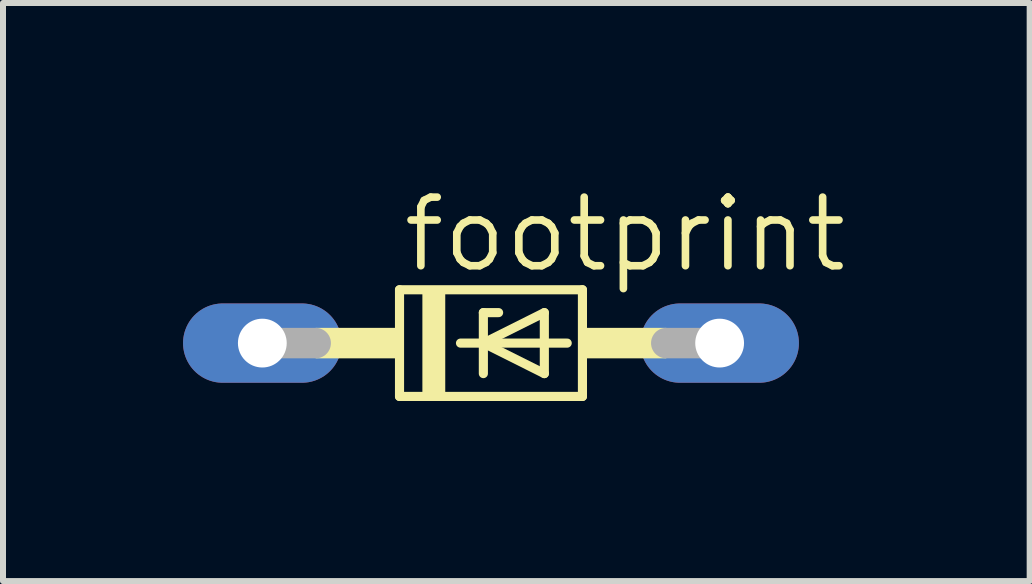
<source format=kicad_pcb>
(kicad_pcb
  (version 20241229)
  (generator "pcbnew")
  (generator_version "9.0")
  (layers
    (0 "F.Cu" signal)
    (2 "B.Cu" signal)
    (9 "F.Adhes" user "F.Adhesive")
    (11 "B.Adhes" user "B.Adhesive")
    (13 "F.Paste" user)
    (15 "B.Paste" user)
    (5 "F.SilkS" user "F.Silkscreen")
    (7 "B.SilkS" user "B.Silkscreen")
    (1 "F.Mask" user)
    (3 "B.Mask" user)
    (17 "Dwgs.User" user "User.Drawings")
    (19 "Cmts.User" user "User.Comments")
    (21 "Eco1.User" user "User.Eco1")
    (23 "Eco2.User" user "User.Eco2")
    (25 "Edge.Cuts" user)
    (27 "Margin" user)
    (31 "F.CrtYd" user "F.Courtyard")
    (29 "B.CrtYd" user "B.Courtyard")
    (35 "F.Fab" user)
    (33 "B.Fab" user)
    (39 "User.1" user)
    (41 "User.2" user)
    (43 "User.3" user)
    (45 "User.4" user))
  (footprint "footprint"
    (layer "F.Cu")
    (at 5.131 2.667)
    (property "Reference" "footprint" (at -1.524 -1.143 0) (layer "F.SilkS") (effects (font (size 1.143 1.143) (thickness 0.127)) (justify left bottom)))
    (fp_line (start -1.524 -0.889) (end -1.524 0.889) (stroke (width 0.152) (type solid)) (layer "F.SilkS"))
    (fp_line (start -1.524 0.889) (end 1.524 0.889) (stroke (width 0.152) (type solid)) (layer "F.SilkS"))
    (fp_line (start -0.508 0) (end -0.127 0) (stroke (width 0.152) (type solid)) (layer "F.SilkS"))
    (fp_line (start -0.127 -0.508) (end -0.127 0) (stroke (width 0.152) (type solid)) (layer "F.SilkS"))
    (fp_line (start -0.127 0) (end -0.127 0.508) (stroke (width 0.152) (type solid)) (layer "F.SilkS"))
    (fp_line (start -0.127 0) (end 0.889 -0.508) (stroke (width 0.152) (type solid)) (layer "F.SilkS"))
    (fp_line (start -0.127 0) (end 1.27 0) (stroke (width 0.152) (type solid)) (layer "F.SilkS"))
    (fp_line (start 0.127 -0.508) (end -0.127 -0.508) (stroke (width 0.152) (type solid)) (layer "F.SilkS"))
    (fp_line (start 0.889 -0.508) (end 0.889 0.508) (stroke (width 0.152) (type solid)) (layer "F.SilkS"))
    (fp_line (start 0.889 0.508) (end -0.127 0) (stroke (width 0.152) (type solid)) (layer "F.SilkS"))
    (fp_line (start 1.524 -0.889) (end -1.524 -0.889) (stroke (width 0.152) (type solid)) (layer "F.SilkS"))
    (fp_line (start 1.524 0.889) (end 1.524 -0.889) (stroke (width 0.152) (type solid)) (layer "F.SilkS"))
    (fp_poly (pts (xy -2.921 0.254) (xy -1.524 0.254) (xy -1.524 -0.254) (xy -2.921 -0.254)) (stroke (width 0) (type solid)) (fill yes) (layer "F.SilkS"))
    (fp_poly (pts (xy -1.143 0.889) (xy -0.762 0.889) (xy -0.762 -0.889) (xy -1.143 -0.889)) (stroke (width 0) (type solid)) (fill yes) (layer "F.SilkS"))
    (fp_poly (pts (xy 1.524 0.254) (xy 2.921 0.254) (xy 2.921 -0.254) (xy 1.524 -0.254)) (stroke (width 0) (type solid)) (fill yes) (layer "F.SilkS"))
    (fp_line (start -3.81 0) (end -2.921 0) (stroke (width 0.508) (type solid)) (layer "F.Fab"))
    (fp_line (start 3.81 0) (end 2.921 0) (stroke (width 0.508) (type solid)) (layer "F.Fab"))
    (pad "A" thru_hole oval (at 3.81 0) (size 2.642 1.321) (drill 0.813) (layers "*.Cu" "*.Mask"))
    (pad "C" thru_hole oval (at -3.81 0) (size 2.642 1.321) (drill 0.813) (layers "*.Cu" "*.Mask")))
  (gr_rect
    (start -3 -3)
    (end 14.107 6.632)
    (stroke (width 0.1) (type default))
    (fill no)
    (layer "Edge.Cuts")))
</source>
